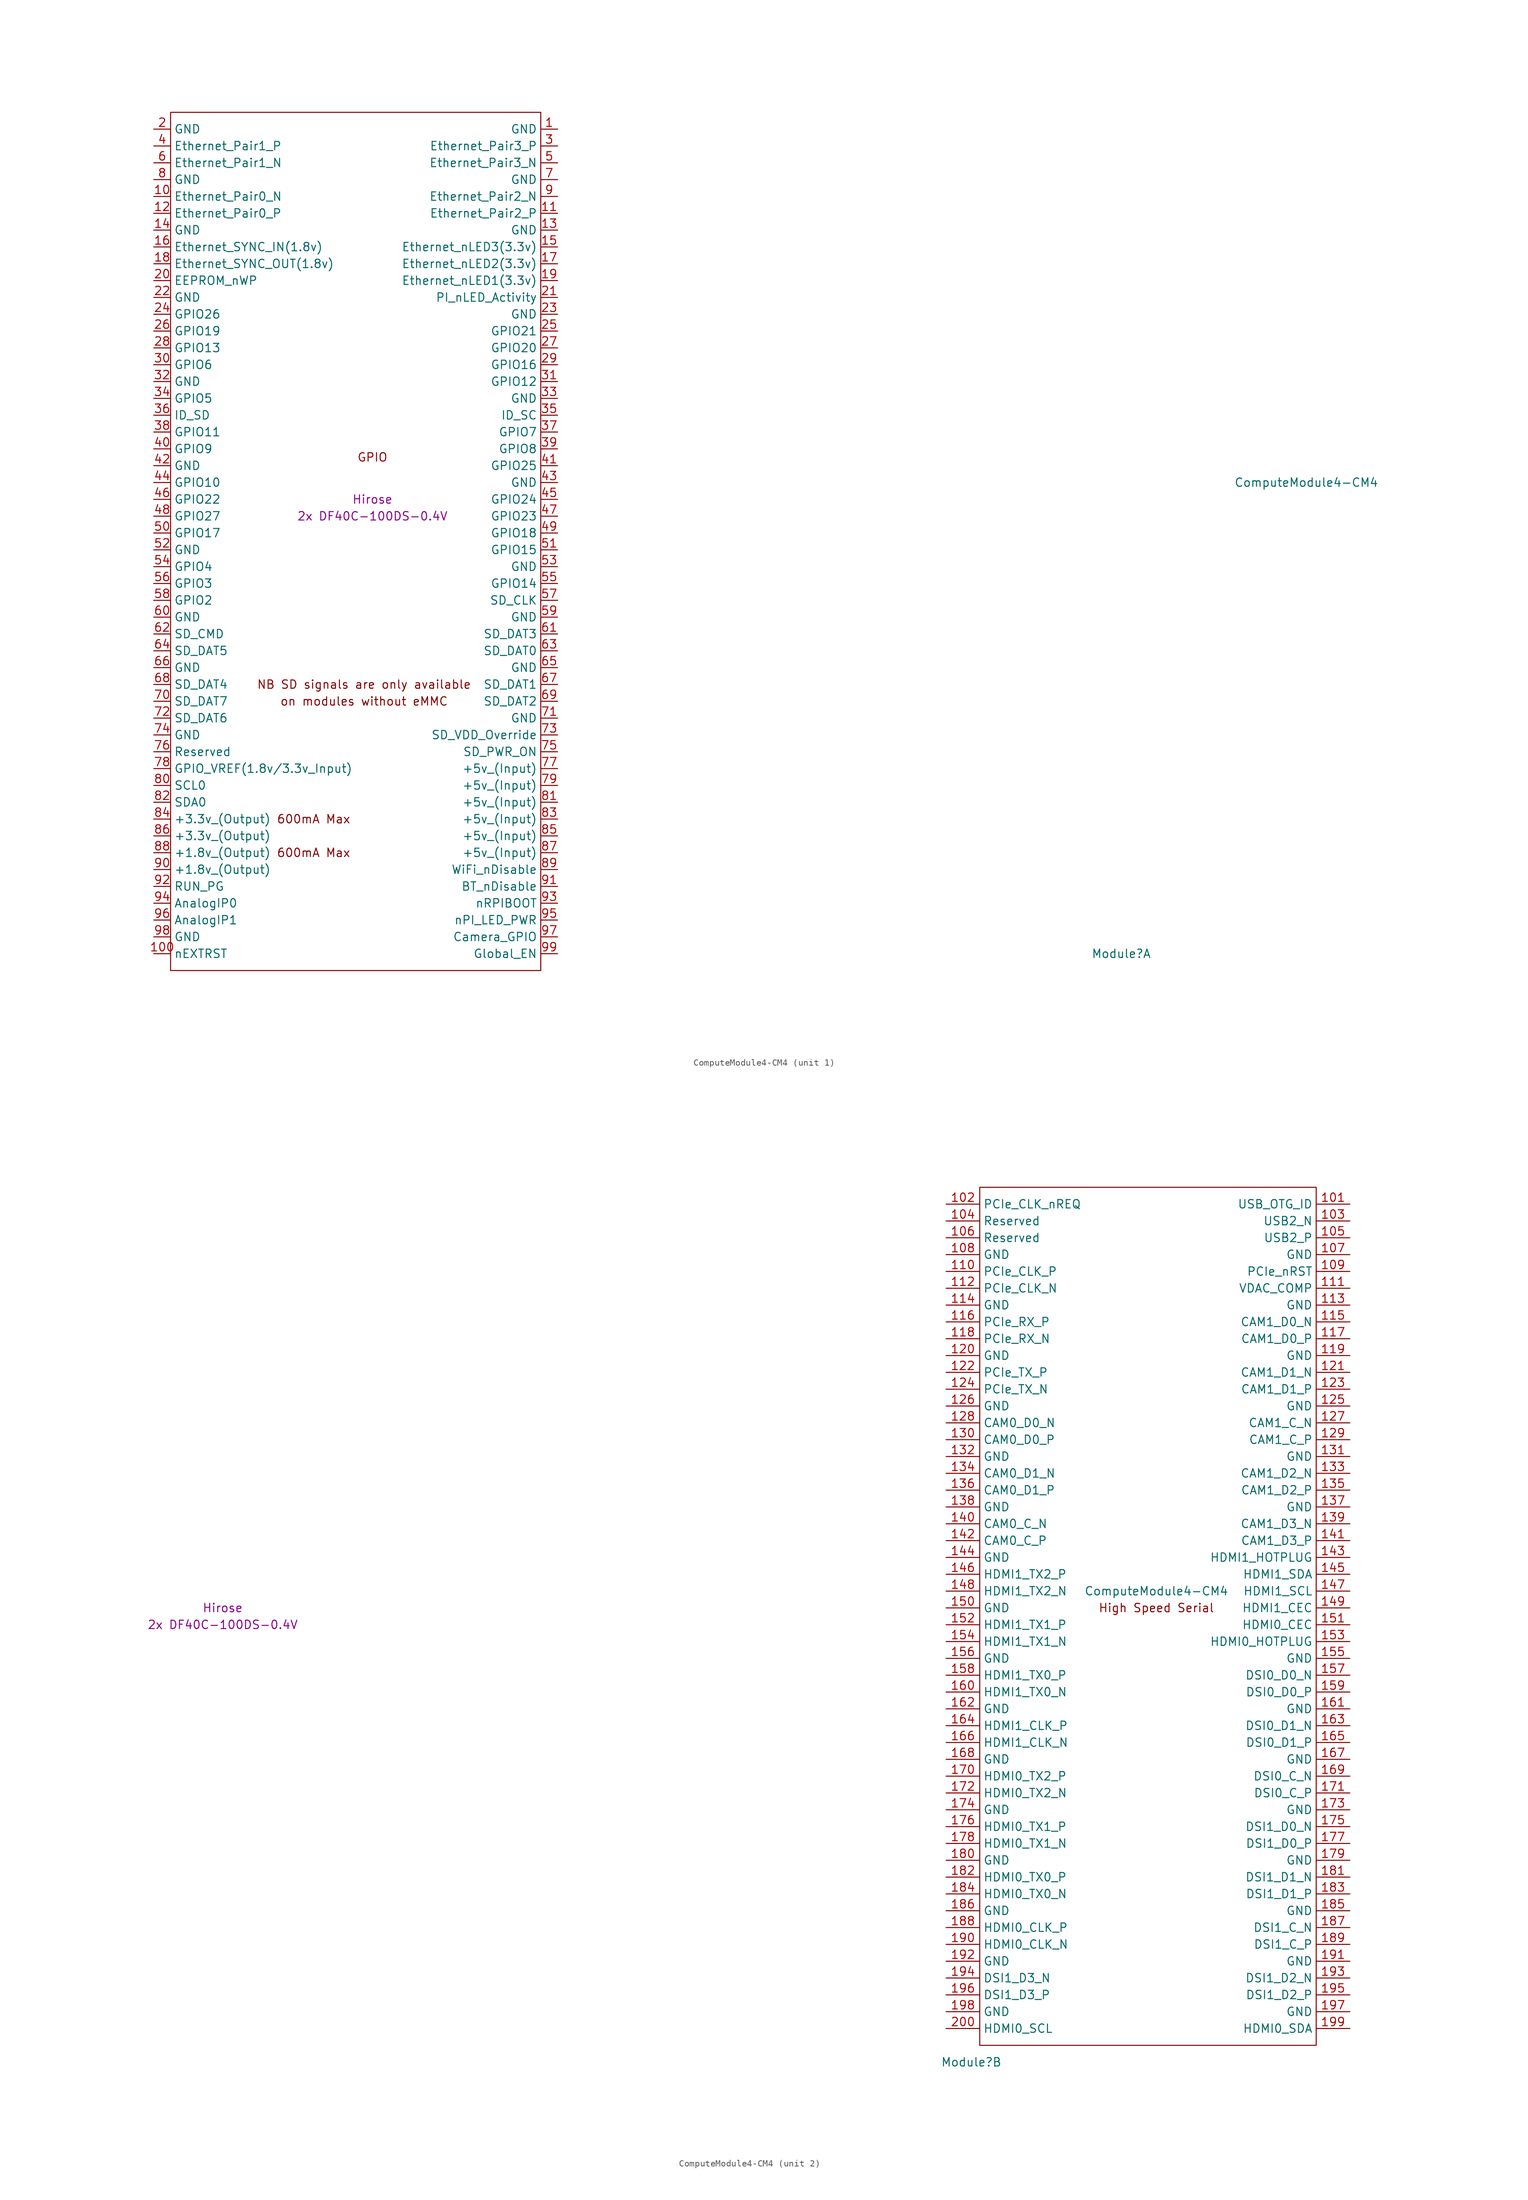
<source format=kicad_sym>
(kicad_symbol_lib
  (version 20201005)
  (generator kicad_symbol_editor)
  (symbol "AP2100:ComputeModule4-CM4"
    (property "Reference" "Module"
      (at 113.03 -68.58 0)
      (effects (font (size 1.27 1.27))))
    (property "Value" "ComputeModule4-CM4"
      (at 140.97 2.54 0)
      (effects (font (size 1.27 1.27))))
    (property "Field4" "Hirose"
      (at 0 0 0)
      (effects (font (size 1.27 1.27))))
    (property "Field5" "2x DF40C-100DS-0.4V"
      (at 0 -2.54 0)
      (effects (font (size 1.27 1.27))))
    (symbol "ComputeModule4-CM4_1_0"
      (text "GPIO" (at 0 6.35 0) (effects (font (size 1.27 1.27)))))
    (symbol "ComputeModule4-CM4_1_1"
      (text "600mA Max" (at -8.89 -53.34 0) (effects (font (size 1.27 1.27))))
      (text "600mA Max" (at -8.89 -48.26 0) (effects (font (size 1.27 1.27))))
      (text "NB SD signals are only available" (at -1.27 -27.94 0) (effects (font (size 1.27 1.27))))
      (text "on modules without eMMC" (at -1.27 -30.48 0) (effects (font (size 1.27 1.27))))
      (rectangle (start -30.48 -71.12) (end 25.4 58.42) (stroke (width 0)) (fill (type none)))
      (pin power_in line (at 27.94 55.88 180) (length 2.54) (name "GND" (effects (font (size 1.27 1.27)))) (number "1" (effects (font (size 1.27 1.27)))))
      (pin passive line (at -33.02 45.72 0) (length 2.54) (name "Ethernet_Pair0_N" (effects (font (size 1.27 1.27)))) (number "10" (effects (font (size 1.27 1.27)))))
      (pin output line (at -33.02 -68.58 0) (length 2.54) (name "nEXTRST" (effects (font (size 1.27 1.27)))) (number "100" (effects (font (size 1.27 1.27)))))
      (pin passive line (at 27.94 43.18 180) (length 2.54) (name "Ethernet_Pair2_P" (effects (font (size 1.27 1.27)))) (number "11" (effects (font (size 1.27 1.27)))))
      (pin passive line (at -33.02 43.18 0) (length 2.54) (name "Ethernet_Pair0_P" (effects (font (size 1.27 1.27)))) (number "12" (effects (font (size 1.27 1.27)))))
      (pin power_in line (at 27.94 40.64 180) (length 2.54) (name "GND" (effects (font (size 1.27 1.27)))) (number "13" (effects (font (size 1.27 1.27)))))
      (pin power_in line (at -33.02 40.64 0) (length 2.54) (name "GND" (effects (font (size 1.27 1.27)))) (number "14" (effects (font (size 1.27 1.27)))))
      (pin output line (at 27.94 38.1 180) (length 2.54) (name "Ethernet_nLED3(3.3v)" (effects (font (size 1.27 1.27)))) (number "15" (effects (font (size 1.27 1.27)))))
      (pin input line (at -33.02 38.1 0) (length 2.54) (name "Ethernet_SYNC_IN(1.8v)" (effects (font (size 1.27 1.27)))) (number "16" (effects (font (size 1.27 1.27)))))
      (pin output line (at 27.94 35.56 180) (length 2.54) (name "Ethernet_nLED2(3.3v)" (effects (font (size 1.27 1.27)))) (number "17" (effects (font (size 1.27 1.27)))))
      (pin input line (at -33.02 35.56 0) (length 2.54) (name "Ethernet_SYNC_OUT(1.8v)" (effects (font (size 1.27 1.27)))) (number "18" (effects (font (size 1.27 1.27)))))
      (pin output line (at 27.94 33.02 180) (length 2.54) (name "Ethernet_nLED1(3.3v)" (effects (font (size 1.27 1.27)))) (number "19" (effects (font (size 1.27 1.27)))))
      (pin power_in line (at -33.02 55.88 0) (length 2.54) (name "GND" (effects (font (size 1.27 1.27)))) (number "2" (effects (font (size 1.27 1.27)))))
      (pin passive line (at -33.02 33.02 0) (length 2.54) (name "EEPROM_nWP" (effects (font (size 1.27 1.27)))) (number "20" (effects (font (size 1.27 1.27)))))
      (pin open_collector line (at 27.94 30.48 180) (length 2.54) (name "PI_nLED_Activity" (effects (font (size 1.27 1.27)))) (number "21" (effects (font (size 1.27 1.27)))))
      (pin power_in line (at -33.02 30.48 0) (length 2.54) (name "GND" (effects (font (size 1.27 1.27)))) (number "22" (effects (font (size 1.27 1.27)))))
      (pin power_in line (at 27.94 27.94 180) (length 2.54) (name "GND" (effects (font (size 1.27 1.27)))) (number "23" (effects (font (size 1.27 1.27)))))
      (pin passive line (at -33.02 27.94 0) (length 2.54) (name "GPIO26" (effects (font (size 1.27 1.27)))) (number "24" (effects (font (size 1.27 1.27)))))
      (pin passive line (at 27.94 25.4 180) (length 2.54) (name "GPIO21" (effects (font (size 1.27 1.27)))) (number "25" (effects (font (size 1.27 1.27)))))
      (pin passive line (at -33.02 25.4 0) (length 2.54) (name "GPIO19" (effects (font (size 1.27 1.27)))) (number "26" (effects (font (size 1.27 1.27)))))
      (pin passive line (at 27.94 22.86 180) (length 2.54) (name "GPIO20" (effects (font (size 1.27 1.27)))) (number "27" (effects (font (size 1.27 1.27)))))
      (pin passive line (at -33.02 22.86 0) (length 2.54) (name "GPIO13" (effects (font (size 1.27 1.27)))) (number "28" (effects (font (size 1.27 1.27)))))
      (pin passive line (at 27.94 20.32 180) (length 2.54) (name "GPIO16" (effects (font (size 1.27 1.27)))) (number "29" (effects (font (size 1.27 1.27)))))
      (pin passive line (at 27.94 53.34 180) (length 2.54) (name "Ethernet_Pair3_P" (effects (font (size 1.27 1.27)))) (number "3" (effects (font (size 1.27 1.27)))))
      (pin passive line (at -33.02 20.32 0) (length 2.54) (name "GPIO6" (effects (font (size 1.27 1.27)))) (number "30" (effects (font (size 1.27 1.27)))))
      (pin passive line (at 27.94 17.78 180) (length 2.54) (name "GPIO12" (effects (font (size 1.27 1.27)))) (number "31" (effects (font (size 1.27 1.27)))))
      (pin power_in line (at -33.02 17.78 0) (length 2.54) (name "GND" (effects (font (size 1.27 1.27)))) (number "32" (effects (font (size 1.27 1.27)))))
      (pin power_in line (at 27.94 15.24 180) (length 2.54) (name "GND" (effects (font (size 1.27 1.27)))) (number "33" (effects (font (size 1.27 1.27)))))
      (pin passive line (at -33.02 15.24 0) (length 2.54) (name "GPIO5" (effects (font (size 1.27 1.27)))) (number "34" (effects (font (size 1.27 1.27)))))
      (pin passive line (at 27.94 12.7 180) (length 2.54) (name "ID_SC" (effects (font (size 1.27 1.27)))) (number "35" (effects (font (size 1.27 1.27)))))
      (pin passive line (at -33.02 12.7 0) (length 2.54) (name "ID_SD" (effects (font (size 1.27 1.27)))) (number "36" (effects (font (size 1.27 1.27)))))
      (pin passive line (at 27.94 10.16 180) (length 2.54) (name "GPIO7" (effects (font (size 1.27 1.27)))) (number "37" (effects (font (size 1.27 1.27)))))
      (pin passive line (at -33.02 10.16 0) (length 2.54) (name "GPIO11" (effects (font (size 1.27 1.27)))) (number "38" (effects (font (size 1.27 1.27)))))
      (pin passive line (at 27.94 7.62 180) (length 2.54) (name "GPIO8" (effects (font (size 1.27 1.27)))) (number "39" (effects (font (size 1.27 1.27)))))
      (pin passive line (at -33.02 53.34 0) (length 2.54) (name "Ethernet_Pair1_P" (effects (font (size 1.27 1.27)))) (number "4" (effects (font (size 1.27 1.27)))))
      (pin passive line (at -33.02 7.62 0) (length 2.54) (name "GPIO9" (effects (font (size 1.27 1.27)))) (number "40" (effects (font (size 1.27 1.27)))))
      (pin passive line (at 27.94 5.08 180) (length 2.54) (name "GPIO25" (effects (font (size 1.27 1.27)))) (number "41" (effects (font (size 1.27 1.27)))))
      (pin power_in line (at -33.02 5.08 0) (length 2.54) (name "GND" (effects (font (size 1.27 1.27)))) (number "42" (effects (font (size 1.27 1.27)))))
      (pin power_in line (at 27.94 2.54 180) (length 2.54) (name "GND" (effects (font (size 1.27 1.27)))) (number "43" (effects (font (size 1.27 1.27)))))
      (pin passive line (at -33.02 2.54 0) (length 2.54) (name "GPIO10" (effects (font (size 1.27 1.27)))) (number "44" (effects (font (size 1.27 1.27)))))
      (pin passive line (at 27.94 0 180) (length 2.54) (name "GPIO24" (effects (font (size 1.27 1.27)))) (number "45" (effects (font (size 1.27 1.27)))))
      (pin passive line (at -33.02 0 0) (length 2.54) (name "GPIO22" (effects (font (size 1.27 1.27)))) (number "46" (effects (font (size 1.27 1.27)))))
      (pin passive line (at 27.94 -2.54 180) (length 2.54) (name "GPIO23" (effects (font (size 1.27 1.27)))) (number "47" (effects (font (size 1.27 1.27)))))
      (pin passive line (at -33.02 -2.54 0) (length 2.54) (name "GPIO27" (effects (font (size 1.27 1.27)))) (number "48" (effects (font (size 1.27 1.27)))))
      (pin passive line (at 27.94 -5.08 180) (length 2.54) (name "GPIO18" (effects (font (size 1.27 1.27)))) (number "49" (effects (font (size 1.27 1.27)))))
      (pin passive line (at 27.94 50.8 180) (length 2.54) (name "Ethernet_Pair3_N" (effects (font (size 1.27 1.27)))) (number "5" (effects (font (size 1.27 1.27)))))
      (pin passive line (at -33.02 -5.08 0) (length 2.54) (name "GPIO17" (effects (font (size 1.27 1.27)))) (number "50" (effects (font (size 1.27 1.27)))))
      (pin passive line (at 27.94 -7.62 180) (length 2.54) (name "GPIO15" (effects (font (size 1.27 1.27)))) (number "51" (effects (font (size 1.27 1.27)))))
      (pin power_in line (at -33.02 -7.62 0) (length 2.54) (name "GND" (effects (font (size 1.27 1.27)))) (number "52" (effects (font (size 1.27 1.27)))))
      (pin power_in line (at 27.94 -10.16 180) (length 2.54) (name "GND" (effects (font (size 1.27 1.27)))) (number "53" (effects (font (size 1.27 1.27)))))
      (pin passive line (at -33.02 -10.16 0) (length 2.54) (name "GPIO4" (effects (font (size 1.27 1.27)))) (number "54" (effects (font (size 1.27 1.27)))))
      (pin passive line (at 27.94 -12.7 180) (length 2.54) (name "GPIO14" (effects (font (size 1.27 1.27)))) (number "55" (effects (font (size 1.27 1.27)))))
      (pin passive line (at -33.02 -12.7 0) (length 2.54) (name "GPIO3" (effects (font (size 1.27 1.27)))) (number "56" (effects (font (size 1.27 1.27)))))
      (pin passive line (at 27.94 -15.24 180) (length 2.54) (name "SD_CLK" (effects (font (size 1.27 1.27)))) (number "57" (effects (font (size 1.27 1.27)))))
      (pin passive line (at -33.02 -15.24 0) (length 2.54) (name "GPIO2" (effects (font (size 1.27 1.27)))) (number "58" (effects (font (size 1.27 1.27)))))
      (pin power_in line (at 27.94 -17.78 180) (length 2.54) (name "GND" (effects (font (size 1.27 1.27)))) (number "59" (effects (font (size 1.27 1.27)))))
      (pin passive line (at -33.02 50.8 0) (length 2.54) (name "Ethernet_Pair1_N" (effects (font (size 1.27 1.27)))) (number "6" (effects (font (size 1.27 1.27)))))
      (pin power_in line (at -33.02 -17.78 0) (length 2.54) (name "GND" (effects (font (size 1.27 1.27)))) (number "60" (effects (font (size 1.27 1.27)))))
      (pin passive line (at 27.94 -20.32 180) (length 2.54) (name "SD_DAT3" (effects (font (size 1.27 1.27)))) (number "61" (effects (font (size 1.27 1.27)))))
      (pin passive line (at -33.02 -20.32 0) (length 2.54) (name "SD_CMD" (effects (font (size 1.27 1.27)))) (number "62" (effects (font (size 1.27 1.27)))))
      (pin passive line (at 27.94 -22.86 180) (length 2.54) (name "SD_DAT0" (effects (font (size 1.27 1.27)))) (number "63" (effects (font (size 1.27 1.27)))))
      (pin passive line (at -33.02 -22.86 0) (length 2.54) (name "SD_DAT5" (effects (font (size 1.27 1.27)))) (number "64" (effects (font (size 1.27 1.27)))))
      (pin power_in line (at 27.94 -25.4 180) (length 2.54) (name "GND" (effects (font (size 1.27 1.27)))) (number "65" (effects (font (size 1.27 1.27)))))
      (pin power_in line (at -33.02 -25.4 0) (length 2.54) (name "GND" (effects (font (size 1.27 1.27)))) (number "66" (effects (font (size 1.27 1.27)))))
      (pin passive line (at 27.94 -27.94 180) (length 2.54) (name "SD_DAT1" (effects (font (size 1.27 1.27)))) (number "67" (effects (font (size 1.27 1.27)))))
      (pin passive line (at -33.02 -27.94 0) (length 2.54) (name "SD_DAT4" (effects (font (size 1.27 1.27)))) (number "68" (effects (font (size 1.27 1.27)))))
      (pin passive line (at 27.94 -30.48 180) (length 2.54) (name "SD_DAT2" (effects (font (size 1.27 1.27)))) (number "69" (effects (font (size 1.27 1.27)))))
      (pin power_in line (at 27.94 48.26 180) (length 2.54) (name "GND" (effects (font (size 1.27 1.27)))) (number "7" (effects (font (size 1.27 1.27)))))
      (pin passive line (at -33.02 -30.48 0) (length 2.54) (name "SD_DAT7" (effects (font (size 1.27 1.27)))) (number "70" (effects (font (size 1.27 1.27)))))
      (pin power_in line (at 27.94 -33.02 180) (length 2.54) (name "GND" (effects (font (size 1.27 1.27)))) (number "71" (effects (font (size 1.27 1.27)))))
      (pin passive line (at -33.02 -33.02 0) (length 2.54) (name "SD_DAT6" (effects (font (size 1.27 1.27)))) (number "72" (effects (font (size 1.27 1.27)))))
      (pin input line (at 27.94 -35.56 180) (length 2.54) (name "SD_VDD_Override" (effects (font (size 1.27 1.27)))) (number "73" (effects (font (size 1.27 1.27)))))
      (pin power_in line (at -33.02 -35.56 0) (length 2.54) (name "GND" (effects (font (size 1.27 1.27)))) (number "74" (effects (font (size 1.27 1.27)))))
      (pin output line (at 27.94 -38.1 180) (length 2.54) (name "SD_PWR_ON" (effects (font (size 1.27 1.27)))) (number "75" (effects (font (size 1.27 1.27)))))
      (pin passive line (at -33.02 -38.1 0) (length 2.54) (name "Reserved" (effects (font (size 1.27 1.27)))) (number "76" (effects (font (size 1.27 1.27)))))
      (pin power_in line (at 27.94 -40.64 180) (length 2.54) (name "+5v_(Input)" (effects (font (size 1.27 1.27)))) (number "77" (effects (font (size 1.27 1.27)))))
      (pin power_in line (at -33.02 -40.64 0) (length 2.54) (name "GPIO_VREF(1.8v/3.3v_Input)" (effects (font (size 1.27 1.27)))) (number "78" (effects (font (size 1.27 1.27)))))
      (pin power_in line (at 27.94 -43.18 180) (length 2.54) (name "+5v_(Input)" (effects (font (size 1.27 1.27)))) (number "79" (effects (font (size 1.27 1.27)))))
      (pin power_in line (at -33.02 48.26 0) (length 2.54) (name "GND" (effects (font (size 1.27 1.27)))) (number "8" (effects (font (size 1.27 1.27)))))
      (pin passive line (at -33.02 -43.18 0) (length 2.54) (name "SCL0" (effects (font (size 1.27 1.27)))) (number "80" (effects (font (size 1.27 1.27)))))
      (pin power_in line (at 27.94 -45.72 180) (length 2.54) (name "+5v_(Input)" (effects (font (size 1.27 1.27)))) (number "81" (effects (font (size 1.27 1.27)))))
      (pin passive line (at -33.02 -45.72 0) (length 2.54) (name "SDA0" (effects (font (size 1.27 1.27)))) (number "82" (effects (font (size 1.27 1.27)))))
      (pin power_in line (at 27.94 -48.26 180) (length 2.54) (name "+5v_(Input)" (effects (font (size 1.27 1.27)))) (number "83" (effects (font (size 1.27 1.27)))))
      (pin power_out line (at -33.02 -48.26 0) (length 2.54) (name "+3.3v_(Output)" (effects (font (size 1.27 1.27)))) (number "84" (effects (font (size 1.27 1.27)))))
      (pin power_in line (at 27.94 -50.8 180) (length 2.54) (name "+5v_(Input)" (effects (font (size 1.27 1.27)))) (number "85" (effects (font (size 1.27 1.27)))))
      (pin power_out line (at -33.02 -50.8 0) (length 2.54) (name "+3.3v_(Output)" (effects (font (size 1.27 1.27)))) (number "86" (effects (font (size 1.27 1.27)))))
      (pin power_in line (at 27.94 -53.34 180) (length 2.54) (name "+5v_(Input)" (effects (font (size 1.27 1.27)))) (number "87" (effects (font (size 1.27 1.27)))))
      (pin power_out line (at -33.02 -53.34 0) (length 2.54) (name "+1.8v_(Output)" (effects (font (size 1.27 1.27)))) (number "88" (effects (font (size 1.27 1.27)))))
      (pin power_in line (at 27.94 -55.88 180) (length 2.54) (name "WiFi_nDisable" (effects (font (size 1.27 1.27)))) (number "89" (effects (font (size 1.27 1.27)))))
      (pin passive line (at 27.94 45.72 180) (length 2.54) (name "Ethernet_Pair2_N" (effects (font (size 1.27 1.27)))) (number "9" (effects (font (size 1.27 1.27)))))
      (pin power_out line (at -33.02 -55.88 0) (length 2.54) (name "+1.8v_(Output)" (effects (font (size 1.27 1.27)))) (number "90" (effects (font (size 1.27 1.27)))))
      (pin power_in line (at 27.94 -58.42 180) (length 2.54) (name "BT_nDisable" (effects (font (size 1.27 1.27)))) (number "91" (effects (font (size 1.27 1.27)))))
      (pin passive line (at -33.02 -58.42 0) (length 2.54) (name "RUN_PG" (effects (font (size 1.27 1.27)))) (number "92" (effects (font (size 1.27 1.27)))))
      (pin input line (at 27.94 -60.96 180) (length 2.54) (name "nRPIBOOT" (effects (font (size 1.27 1.27)))) (number "93" (effects (font (size 1.27 1.27)))))
      (pin passive line (at -33.02 -60.96 0) (length 2.54) (name "AnalogIP0" (effects (font (size 1.27 1.27)))) (number "94" (effects (font (size 1.27 1.27)))))
      (pin output line (at 27.94 -63.5 180) (length 2.54) (name "nPI_LED_PWR" (effects (font (size 1.27 1.27)))) (number "95" (effects (font (size 1.27 1.27)))))
      (pin passive line (at -33.02 -63.5 0) (length 2.54) (name "AnalogIP1" (effects (font (size 1.27 1.27)))) (number "96" (effects (font (size 1.27 1.27)))))
      (pin passive line (at 27.94 -66.04 180) (length 2.54) (name "Camera_GPIO" (effects (font (size 1.27 1.27)))) (number "97" (effects (font (size 1.27 1.27)))))
      (pin power_in line (at -33.02 -66.04 0) (length 2.54) (name "GND" (effects (font (size 1.27 1.27)))) (number "98" (effects (font (size 1.27 1.27)))))
      (pin input line (at 27.94 -68.58 180) (length 2.54) (name "Global_EN" (effects (font (size 1.27 1.27)))) (number "99" (effects (font (size 1.27 1.27))))))
    (symbol "ComputeModule4-CM4_2_1"
      (text "High Speed Serial" (at 140.97 0 0) (effects (font (size 1.27 1.27))))
      (rectangle (start 114.3 -66.04) (end 165.1 63.5) (stroke (width 0)) (fill (type none)))
      (pin input line (at 170.18 60.96 180) (length 5.08) (name "USB_OTG_ID" (effects (font (size 1.27 1.27)))) (number "101" (effects (font (size 1.27 1.27)))))
      (pin input line (at 109.22 60.96 0) (length 5.08) (name "PCIe_CLK_nREQ" (effects (font (size 1.27 1.27)))) (number "102" (effects (font (size 1.27 1.27)))))
      (pin passive line (at 170.18 58.42 180) (length 5.08) (name "USB2_N" (effects (font (size 1.27 1.27)))) (number "103" (effects (font (size 1.27 1.27)))))
      (pin passive line (at 109.22 58.42 0) (length 5.08) (name "Reserved" (effects (font (size 1.27 1.27)))) (number "104" (effects (font (size 1.27 1.27)))))
      (pin passive line (at 170.18 55.88 180) (length 5.08) (name "USB2_P" (effects (font (size 1.27 1.27)))) (number "105" (effects (font (size 1.27 1.27)))))
      (pin passive line (at 109.22 55.88 0) (length 5.08) (name "Reserved" (effects (font (size 1.27 1.27)))) (number "106" (effects (font (size 1.27 1.27)))))
      (pin power_in line (at 170.18 53.34 180) (length 5.08) (name "GND" (effects (font (size 1.27 1.27)))) (number "107" (effects (font (size 1.27 1.27)))))
      (pin power_in line (at 109.22 53.34 0) (length 5.08) (name "GND" (effects (font (size 1.27 1.27)))) (number "108" (effects (font (size 1.27 1.27)))))
      (pin bidirectional line (at 170.18 50.8 180) (length 5.08) (name "PCIe_nRST" (effects (font (size 1.27 1.27)))) (number "109" (effects (font (size 1.27 1.27)))))
      (pin output line (at 109.22 50.8 0) (length 5.08) (name "PCIe_CLK_P" (effects (font (size 1.27 1.27)))) (number "110" (effects (font (size 1.27 1.27)))))
      (pin passive line (at 170.18 48.26 180) (length 5.08) (name "VDAC_COMP" (effects (font (size 1.27 1.27)))) (number "111" (effects (font (size 1.27 1.27)))))
      (pin output line (at 109.22 48.26 0) (length 5.08) (name "PCIe_CLK_N" (effects (font (size 1.27 1.27)))) (number "112" (effects (font (size 1.27 1.27)))))
      (pin power_in line (at 170.18 45.72 180) (length 5.08) (name "GND" (effects (font (size 1.27 1.27)))) (number "113" (effects (font (size 1.27 1.27)))))
      (pin power_in line (at 109.22 45.72 0) (length 5.08) (name "GND" (effects (font (size 1.27 1.27)))) (number "114" (effects (font (size 1.27 1.27)))))
      (pin input line (at 170.18 43.18 180) (length 5.08) (name "CAM1_D0_N" (effects (font (size 1.27 1.27)))) (number "115" (effects (font (size 1.27 1.27)))))
      (pin input line (at 109.22 43.18 0) (length 5.08) (name "PCIe_RX_P" (effects (font (size 1.27 1.27)))) (number "116" (effects (font (size 1.27 1.27)))))
      (pin input line (at 170.18 40.64 180) (length 5.08) (name "CAM1_D0_P" (effects (font (size 1.27 1.27)))) (number "117" (effects (font (size 1.27 1.27)))))
      (pin input line (at 109.22 40.64 0) (length 5.08) (name "PCIe_RX_N" (effects (font (size 1.27 1.27)))) (number "118" (effects (font (size 1.27 1.27)))))
      (pin power_in line (at 170.18 38.1 180) (length 5.08) (name "GND" (effects (font (size 1.27 1.27)))) (number "119" (effects (font (size 1.27 1.27)))))
      (pin power_in line (at 109.22 38.1 0) (length 5.08) (name "GND" (effects (font (size 1.27 1.27)))) (number "120" (effects (font (size 1.27 1.27)))))
      (pin input line (at 170.18 35.56 180) (length 5.08) (name "CAM1_D1_N" (effects (font (size 1.27 1.27)))) (number "121" (effects (font (size 1.27 1.27)))))
      (pin output line (at 109.22 35.56 0) (length 5.08) (name "PCIe_TX_P" (effects (font (size 1.27 1.27)))) (number "122" (effects (font (size 1.27 1.27)))))
      (pin input line (at 170.18 33.02 180) (length 5.08) (name "CAM1_D1_P" (effects (font (size 1.27 1.27)))) (number "123" (effects (font (size 1.27 1.27)))))
      (pin output line (at 109.22 33.02 0) (length 5.08) (name "PCIe_TX_N" (effects (font (size 1.27 1.27)))) (number "124" (effects (font (size 1.27 1.27)))))
      (pin power_in line (at 170.18 30.48 180) (length 5.08) (name "GND" (effects (font (size 1.27 1.27)))) (number "125" (effects (font (size 1.27 1.27)))))
      (pin power_in line (at 109.22 30.48 0) (length 5.08) (name "GND" (effects (font (size 1.27 1.27)))) (number "126" (effects (font (size 1.27 1.27)))))
      (pin input line (at 170.18 27.94 180) (length 5.08) (name "CAM1_C_N" (effects (font (size 1.27 1.27)))) (number "127" (effects (font (size 1.27 1.27)))))
      (pin input line (at 109.22 27.94 0) (length 5.08) (name "CAM0_D0_N" (effects (font (size 1.27 1.27)))) (number "128" (effects (font (size 1.27 1.27)))))
      (pin input line (at 170.18 25.4 180) (length 5.08) (name "CAM1_C_P" (effects (font (size 1.27 1.27)))) (number "129" (effects (font (size 1.27 1.27)))))
      (pin input line (at 109.22 25.4 0) (length 5.08) (name "CAM0_D0_P" (effects (font (size 1.27 1.27)))) (number "130" (effects (font (size 1.27 1.27)))))
      (pin power_in line (at 170.18 22.86 180) (length 5.08) (name "GND" (effects (font (size 1.27 1.27)))) (number "131" (effects (font (size 1.27 1.27)))))
      (pin power_in line (at 109.22 22.86 0) (length 5.08) (name "GND" (effects (font (size 1.27 1.27)))) (number "132" (effects (font (size 1.27 1.27)))))
      (pin input line (at 170.18 20.32 180) (length 5.08) (name "CAM1_D2_N" (effects (font (size 1.27 1.27)))) (number "133" (effects (font (size 1.27 1.27)))))
      (pin input line (at 109.22 20.32 0) (length 5.08) (name "CAM0_D1_N" (effects (font (size 1.27 1.27)))) (number "134" (effects (font (size 1.27 1.27)))))
      (pin input line (at 170.18 17.78 180) (length 5.08) (name "CAM1_D2_P" (effects (font (size 1.27 1.27)))) (number "135" (effects (font (size 1.27 1.27)))))
      (pin input line (at 109.22 17.78 0) (length 5.08) (name "CAM0_D1_P" (effects (font (size 1.27 1.27)))) (number "136" (effects (font (size 1.27 1.27)))))
      (pin power_in line (at 170.18 15.24 180) (length 5.08) (name "GND" (effects (font (size 1.27 1.27)))) (number "137" (effects (font (size 1.27 1.27)))))
      (pin power_in line (at 109.22 15.24 0) (length 5.08) (name "GND" (effects (font (size 1.27 1.27)))) (number "138" (effects (font (size 1.27 1.27)))))
      (pin input line (at 170.18 12.7 180) (length 5.08) (name "CAM1_D3_N" (effects (font (size 1.27 1.27)))) (number "139" (effects (font (size 1.27 1.27)))))
      (pin input line (at 109.22 12.7 0) (length 5.08) (name "CAM0_C_N" (effects (font (size 1.27 1.27)))) (number "140" (effects (font (size 1.27 1.27)))))
      (pin input line (at 170.18 10.16 180) (length 5.08) (name "CAM1_D3_P" (effects (font (size 1.27 1.27)))) (number "141" (effects (font (size 1.27 1.27)))))
      (pin input line (at 109.22 10.16 0) (length 5.08) (name "CAM0_C_P" (effects (font (size 1.27 1.27)))) (number "142" (effects (font (size 1.27 1.27)))))
      (pin input line (at 170.18 7.62 180) (length 5.08) (name "HDMI1_HOTPLUG" (effects (font (size 1.27 1.27)))) (number "143" (effects (font (size 1.27 1.27)))))
      (pin power_in line (at 109.22 7.62 0) (length 5.08) (name "GND" (effects (font (size 1.27 1.27)))) (number "144" (effects (font (size 1.27 1.27)))))
      (pin bidirectional line (at 170.18 5.08 180) (length 5.08) (name "HDMI1_SDA" (effects (font (size 1.27 1.27)))) (number "145" (effects (font (size 1.27 1.27)))))
      (pin output line (at 109.22 5.08 0) (length 5.08) (name "HDMI1_TX2_P" (effects (font (size 1.27 1.27)))) (number "146" (effects (font (size 1.27 1.27)))))
      (pin open_collector line (at 170.18 2.54 180) (length 5.08) (name "HDMI1_SCL" (effects (font (size 1.27 1.27)))) (number "147" (effects (font (size 1.27 1.27)))))
      (pin output line (at 109.22 2.54 0) (length 5.08) (name "HDMI1_TX2_N" (effects (font (size 1.27 1.27)))) (number "148" (effects (font (size 1.27 1.27)))))
      (pin open_collector line (at 170.18 0 180) (length 5.08) (name "HDMI1_CEC" (effects (font (size 1.27 1.27)))) (number "149" (effects (font (size 1.27 1.27)))))
      (pin power_in line (at 109.22 0 0) (length 5.08) (name "GND" (effects (font (size 1.27 1.27)))) (number "150" (effects (font (size 1.27 1.27)))))
      (pin open_collector line (at 170.18 -2.54 180) (length 5.08) (name "HDMI0_CEC" (effects (font (size 1.27 1.27)))) (number "151" (effects (font (size 1.27 1.27)))))
      (pin output line (at 109.22 -2.54 0) (length 5.08) (name "HDMI1_TX1_P" (effects (font (size 1.27 1.27)))) (number "152" (effects (font (size 1.27 1.27)))))
      (pin input line (at 170.18 -5.08 180) (length 5.08) (name "HDMI0_HOTPLUG" (effects (font (size 1.27 1.27)))) (number "153" (effects (font (size 1.27 1.27)))))
      (pin output line (at 109.22 -5.08 0) (length 5.08) (name "HDMI1_TX1_N" (effects (font (size 1.27 1.27)))) (number "154" (effects (font (size 1.27 1.27)))))
      (pin power_in line (at 170.18 -7.62 180) (length 5.08) (name "GND" (effects (font (size 1.27 1.27)))) (number "155" (effects (font (size 1.27 1.27)))))
      (pin power_in line (at 109.22 -7.62 0) (length 5.08) (name "GND" (effects (font (size 1.27 1.27)))) (number "156" (effects (font (size 1.27 1.27)))))
      (pin output line (at 170.18 -10.16 180) (length 5.08) (name "DSI0_D0_N" (effects (font (size 1.27 1.27)))) (number "157" (effects (font (size 1.27 1.27)))))
      (pin output line (at 109.22 -10.16 0) (length 5.08) (name "HDMI1_TX0_P" (effects (font (size 1.27 1.27)))) (number "158" (effects (font (size 1.27 1.27)))))
      (pin output line (at 170.18 -12.7 180) (length 5.08) (name "DSI0_D0_P" (effects (font (size 1.27 1.27)))) (number "159" (effects (font (size 1.27 1.27)))))
      (pin output line (at 109.22 -12.7 0) (length 5.08) (name "HDMI1_TX0_N" (effects (font (size 1.27 1.27)))) (number "160" (effects (font (size 1.27 1.27)))))
      (pin power_in line (at 170.18 -15.24 180) (length 5.08) (name "GND" (effects (font (size 1.27 1.27)))) (number "161" (effects (font (size 1.27 1.27)))))
      (pin power_in line (at 109.22 -15.24 0) (length 5.08) (name "GND" (effects (font (size 1.27 1.27)))) (number "162" (effects (font (size 1.27 1.27)))))
      (pin output line (at 170.18 -17.78 180) (length 5.08) (name "DSI0_D1_N" (effects (font (size 1.27 1.27)))) (number "163" (effects (font (size 1.27 1.27)))))
      (pin output line (at 109.22 -17.78 0) (length 5.08) (name "HDMI1_CLK_P" (effects (font (size 1.27 1.27)))) (number "164" (effects (font (size 1.27 1.27)))))
      (pin output line (at 170.18 -20.32 180) (length 5.08) (name "DSI0_D1_P" (effects (font (size 1.27 1.27)))) (number "165" (effects (font (size 1.27 1.27)))))
      (pin output line (at 109.22 -20.32 0) (length 5.08) (name "HDMI1_CLK_N" (effects (font (size 1.27 1.27)))) (number "166" (effects (font (size 1.27 1.27)))))
      (pin power_in line (at 170.18 -22.86 180) (length 5.08) (name "GND" (effects (font (size 1.27 1.27)))) (number "167" (effects (font (size 1.27 1.27)))))
      (pin power_in line (at 109.22 -22.86 0) (length 5.08) (name "GND" (effects (font (size 1.27 1.27)))) (number "168" (effects (font (size 1.27 1.27)))))
      (pin output line (at 170.18 -25.4 180) (length 5.08) (name "DSI0_C_N" (effects (font (size 1.27 1.27)))) (number "169" (effects (font (size 1.27 1.27)))))
      (pin output line (at 109.22 -25.4 0) (length 5.08) (name "HDMI0_TX2_P" (effects (font (size 1.27 1.27)))) (number "170" (effects (font (size 1.27 1.27)))))
      (pin output line (at 170.18 -27.94 180) (length 5.08) (name "DSI0_C_P" (effects (font (size 1.27 1.27)))) (number "171" (effects (font (size 1.27 1.27)))))
      (pin output line (at 109.22 -27.94 0) (length 5.08) (name "HDMI0_TX2_N" (effects (font (size 1.27 1.27)))) (number "172" (effects (font (size 1.27 1.27)))))
      (pin power_in line (at 170.18 -30.48 180) (length 5.08) (name "GND" (effects (font (size 1.27 1.27)))) (number "173" (effects (font (size 1.27 1.27)))))
      (pin power_in line (at 109.22 -30.48 0) (length 5.08) (name "GND" (effects (font (size 1.27 1.27)))) (number "174" (effects (font (size 1.27 1.27)))))
      (pin output line (at 170.18 -33.02 180) (length 5.08) (name "DSI1_D0_N" (effects (font (size 1.27 1.27)))) (number "175" (effects (font (size 1.27 1.27)))))
      (pin output line (at 109.22 -33.02 0) (length 5.08) (name "HDMI0_TX1_P" (effects (font (size 1.27 1.27)))) (number "176" (effects (font (size 1.27 1.27)))))
      (pin output line (at 170.18 -35.56 180) (length 5.08) (name "DSI1_D0_P" (effects (font (size 1.27 1.27)))) (number "177" (effects (font (size 1.27 1.27)))))
      (pin output line (at 109.22 -35.56 0) (length 5.08) (name "HDMI0_TX1_N" (effects (font (size 1.27 1.27)))) (number "178" (effects (font (size 1.27 1.27)))))
      (pin power_in line (at 170.18 -38.1 180) (length 5.08) (name "GND" (effects (font (size 1.27 1.27)))) (number "179" (effects (font (size 1.27 1.27)))))
      (pin power_in line (at 109.22 -38.1 0) (length 5.08) (name "GND" (effects (font (size 1.27 1.27)))) (number "180" (effects (font (size 1.27 1.27)))))
      (pin output line (at 170.18 -40.64 180) (length 5.08) (name "DSI1_D1_N" (effects (font (size 1.27 1.27)))) (number "181" (effects (font (size 1.27 1.27)))))
      (pin output line (at 109.22 -40.64 0) (length 5.08) (name "HDMI0_TX0_P" (effects (font (size 1.27 1.27)))) (number "182" (effects (font (size 1.27 1.27)))))
      (pin output line (at 170.18 -43.18 180) (length 5.08) (name "DSI1_D1_P" (effects (font (size 1.27 1.27)))) (number "183" (effects (font (size 1.27 1.27)))))
      (pin output line (at 109.22 -43.18 0) (length 5.08) (name "HDMI0_TX0_N" (effects (font (size 1.27 1.27)))) (number "184" (effects (font (size 1.27 1.27)))))
      (pin power_in line (at 170.18 -45.72 180) (length 5.08) (name "GND" (effects (font (size 1.27 1.27)))) (number "185" (effects (font (size 1.27 1.27)))))
      (pin power_in line (at 109.22 -45.72 0) (length 5.08) (name "GND" (effects (font (size 1.27 1.27)))) (number "186" (effects (font (size 1.27 1.27)))))
      (pin output line (at 170.18 -48.26 180) (length 5.08) (name "DSI1_C_N" (effects (font (size 1.27 1.27)))) (number "187" (effects (font (size 1.27 1.27)))))
      (pin output line (at 109.22 -48.26 0) (length 5.08) (name "HDMI0_CLK_P" (effects (font (size 1.27 1.27)))) (number "188" (effects (font (size 1.27 1.27)))))
      (pin output line (at 170.18 -50.8 180) (length 5.08) (name "DSI1_C_P" (effects (font (size 1.27 1.27)))) (number "189" (effects (font (size 1.27 1.27)))))
      (pin output line (at 109.22 -50.8 0) (length 5.08) (name "HDMI0_CLK_N" (effects (font (size 1.27 1.27)))) (number "190" (effects (font (size 1.27 1.27)))))
      (pin power_in line (at 170.18 -53.34 180) (length 5.08) (name "GND" (effects (font (size 1.27 1.27)))) (number "191" (effects (font (size 1.27 1.27)))))
      (pin power_in line (at 109.22 -53.34 0) (length 5.08) (name "GND" (effects (font (size 1.27 1.27)))) (number "192" (effects (font (size 1.27 1.27)))))
      (pin output line (at 170.18 -55.88 180) (length 5.08) (name "DSI1_D2_N" (effects (font (size 1.27 1.27)))) (number "193" (effects (font (size 1.27 1.27)))))
      (pin output line (at 109.22 -55.88 0) (length 5.08) (name "DSI1_D3_N" (effects (font (size 1.27 1.27)))) (number "194" (effects (font (size 1.27 1.27)))))
      (pin output line (at 170.18 -58.42 180) (length 5.08) (name "DSI1_D2_P" (effects (font (size 1.27 1.27)))) (number "195" (effects (font (size 1.27 1.27)))))
      (pin output line (at 109.22 -58.42 0) (length 5.08) (name "DSI1_D3_P" (effects (font (size 1.27 1.27)))) (number "196" (effects (font (size 1.27 1.27)))))
      (pin power_in line (at 170.18 -60.96 180) (length 5.08) (name "GND" (effects (font (size 1.27 1.27)))) (number "197" (effects (font (size 1.27 1.27)))))
      (pin power_in line (at 109.22 -60.96 0) (length 5.08) (name "GND" (effects (font (size 1.27 1.27)))) (number "198" (effects (font (size 1.27 1.27)))))
      (pin bidirectional line (at 170.18 -63.5 180) (length 5.08) (name "HDMI0_SDA" (effects (font (size 1.27 1.27)))) (number "199" (effects (font (size 1.27 1.27)))))
      (pin open_collector line (at 109.22 -63.5 0) (length 5.08) (name "HDMI0_SCL" (effects (font (size 1.27 1.27)))) (number "200" (effects (font (size 1.27 1.27))))))))
</source>
